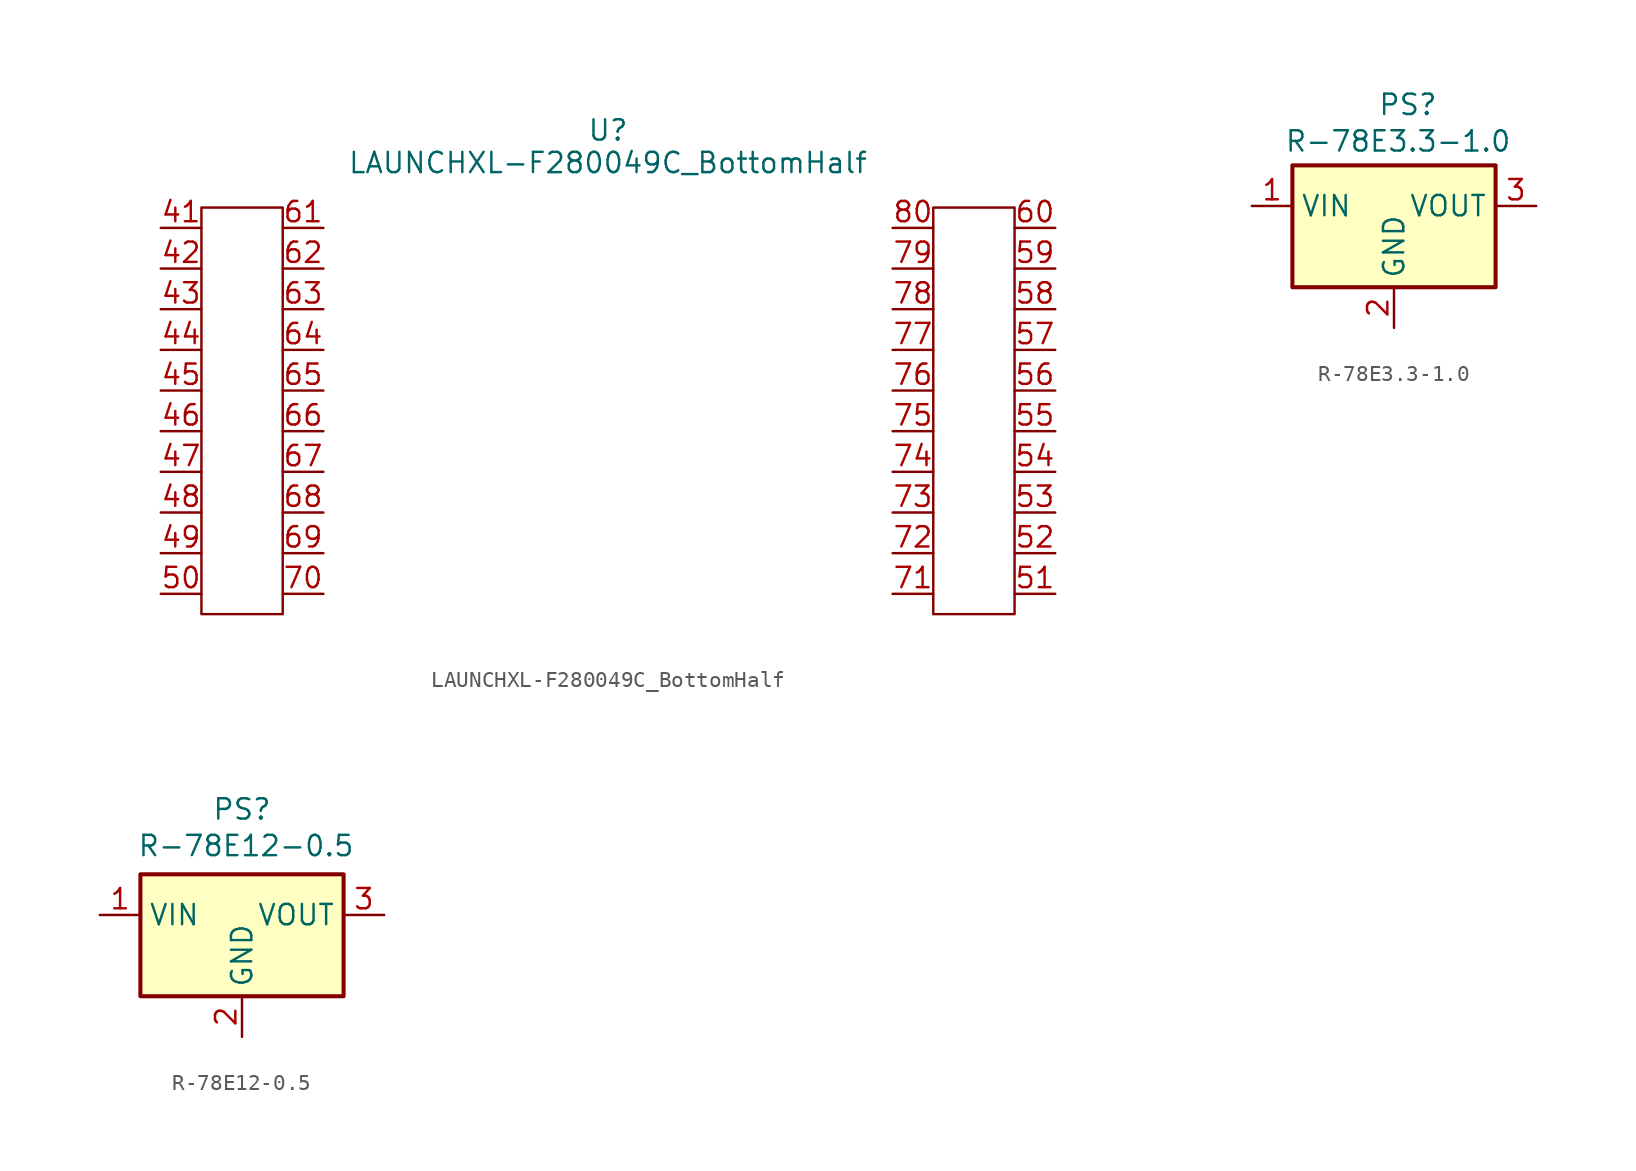
<source format=kicad_sym>
(kicad_symbol_lib
  (version 20241209)
  (generator "kicad_symbol_editor")
  (generator_version "9.0")
  (symbol "LAUNCHXL-F280049C_BottomHalf"
    (property "Reference" "U"
      (at 0 17.526 0)
      (effects (font (size 1.27 1.27))))
    (property "Value" "LAUNCHXL-F280049C_BottomHalf"
      (at 0 15.494 0)
      (effects (font (size 1.27 1.27))))
    (symbol "LAUNCHXL-F280049C_BottomHalf_0_1"
      (rectangle (start -25.4 12.7) (end -20.32 -12.7) (stroke (width 0) (type default)) (fill (type none)))
      (rectangle (start 20.32 12.7) (end 25.4 -12.7) (stroke (width 0) (type default)) (fill (type none))))
    (symbol "LAUNCHXL-F280049C_BottomHalf_1_1"
      (pin bidirectional line (at -27.94 11.43 0) (length 2.54) (name "" (effects (font (size 1.27 1.27)))) (number "41" (effects (font (size 1.27 1.27)))))
      (pin bidirectional line (at -27.94 8.89 0) (length 2.54) (name "" (effects (font (size 1.27 1.27)))) (number "42" (effects (font (size 1.27 1.27)))))
      (pin bidirectional line (at -27.94 6.35 0) (length 2.54) (name "" (effects (font (size 1.27 1.27)))) (number "43" (effects (font (size 1.27 1.27)))))
      (pin bidirectional line (at -27.94 3.81 0) (length 2.54) (name "" (effects (font (size 1.27 1.27)))) (number "44" (effects (font (size 1.27 1.27)))))
      (pin bidirectional line (at -27.94 1.27 0) (length 2.54) (name "" (effects (font (size 1.27 1.27)))) (number "45" (effects (font (size 1.27 1.27)))))
      (pin bidirectional line (at -27.94 -1.27 0) (length 2.54) (name "" (effects (font (size 1.27 1.27)))) (number "46" (effects (font (size 1.27 1.27)))))
      (pin bidirectional line (at -27.94 -3.81 0) (length 2.54) (name "" (effects (font (size 1.27 1.27)))) (number "47" (effects (font (size 1.27 1.27)))))
      (pin bidirectional line (at -27.94 -6.35 0) (length 2.54) (name "" (effects (font (size 1.27 1.27)))) (number "48" (effects (font (size 1.27 1.27)))))
      (pin bidirectional line (at -27.94 -8.89 0) (length 2.54) (name "" (effects (font (size 1.27 1.27)))) (number "49" (effects (font (size 1.27 1.27)))))
      (pin bidirectional line (at -27.94 -11.43 0) (length 2.54) (name "" (effects (font (size 1.27 1.27)))) (number "50" (effects (font (size 1.27 1.27)))))
      (pin bidirectional line (at -17.78 11.43 180) (length 2.54) (name "" (effects (font (size 1.27 1.27)))) (number "61" (effects (font (size 1.27 1.27)))))
      (pin bidirectional line (at -17.78 8.89 180) (length 2.54) (name "" (effects (font (size 1.27 1.27)))) (number "62" (effects (font (size 1.27 1.27)))))
      (pin bidirectional line (at -17.78 6.35 180) (length 2.54) (name "" (effects (font (size 1.27 1.27)))) (number "63" (effects (font (size 1.27 1.27)))))
      (pin bidirectional line (at -17.78 3.81 180) (length 2.54) (name "" (effects (font (size 1.27 1.27)))) (number "64" (effects (font (size 1.27 1.27)))))
      (pin bidirectional line (at -17.78 1.27 180) (length 2.54) (name "" (effects (font (size 1.27 1.27)))) (number "65" (effects (font (size 1.27 1.27)))))
      (pin bidirectional line (at -17.78 -1.27 180) (length 2.54) (name "" (effects (font (size 1.27 1.27)))) (number "66" (effects (font (size 1.27 1.27)))))
      (pin bidirectional line (at -17.78 -3.81 180) (length 2.54) (name "" (effects (font (size 1.27 1.27)))) (number "67" (effects (font (size 1.27 1.27)))))
      (pin bidirectional line (at -17.78 -6.35 180) (length 2.54) (name "" (effects (font (size 1.27 1.27)))) (number "68" (effects (font (size 1.27 1.27)))))
      (pin bidirectional line (at -17.78 -8.89 180) (length 2.54) (name "" (effects (font (size 1.27 1.27)))) (number "69" (effects (font (size 1.27 1.27)))))
      (pin bidirectional line (at -17.78 -11.43 180) (length 2.54) (name "" (effects (font (size 1.27 1.27)))) (number "70" (effects (font (size 1.27 1.27)))))
      (pin bidirectional line (at 17.78 11.43 0) (length 2.54) (name "" (effects (font (size 1.27 1.27)))) (number "80" (effects (font (size 1.27 1.27)))))
      (pin bidirectional line (at 17.78 8.89 0) (length 2.54) (name "" (effects (font (size 1.27 1.27)))) (number "79" (effects (font (size 1.27 1.27)))))
      (pin bidirectional line (at 17.78 6.35 0) (length 2.54) (name "" (effects (font (size 1.27 1.27)))) (number "78" (effects (font (size 1.27 1.27)))))
      (pin bidirectional line (at 17.78 3.81 0) (length 2.54) (name "" (effects (font (size 1.27 1.27)))) (number "77" (effects (font (size 1.27 1.27)))))
      (pin bidirectional line (at 17.78 1.27 0) (length 2.54) (name "" (effects (font (size 1.27 1.27)))) (number "76" (effects (font (size 1.27 1.27)))))
      (pin bidirectional line (at 17.78 -1.27 0) (length 2.54) (name "" (effects (font (size 1.27 1.27)))) (number "75" (effects (font (size 1.27 1.27)))))
      (pin bidirectional line (at 17.78 -3.81 0) (length 2.54) (name "" (effects (font (size 1.27 1.27)))) (number "74" (effects (font (size 1.27 1.27)))))
      (pin bidirectional line (at 17.78 -6.35 0) (length 2.54) (name "" (effects (font (size 1.27 1.27)))) (number "73" (effects (font (size 1.27 1.27)))))
      (pin bidirectional line (at 17.78 -8.89 0) (length 2.54) (name "" (effects (font (size 1.27 1.27)))) (number "72" (effects (font (size 1.27 1.27)))))
      (pin bidirectional line (at 17.78 -11.43 0) (length 2.54) (name "" (effects (font (size 1.27 1.27)))) (number "71" (effects (font (size 1.27 1.27)))))
      (pin bidirectional line (at 27.94 11.43 180) (length 2.54) (name "" (effects (font (size 1.27 1.27)))) (number "60" (effects (font (size 1.27 1.27)))))
      (pin bidirectional line (at 27.94 8.89 180) (length 2.54) (name "" (effects (font (size 1.27 1.27)))) (number "59" (effects (font (size 1.27 1.27)))))
      (pin bidirectional line (at 27.94 6.35 180) (length 2.54) (name "" (effects (font (size 1.27 1.27)))) (number "58" (effects (font (size 1.27 1.27)))))
      (pin bidirectional line (at 27.94 3.81 180) (length 2.54) (name "" (effects (font (size 1.27 1.27)))) (number "57" (effects (font (size 1.27 1.27)))))
      (pin bidirectional line (at 27.94 1.27 180) (length 2.54) (name "" (effects (font (size 1.27 1.27)))) (number "56" (effects (font (size 1.27 1.27)))))
      (pin bidirectional line (at 27.94 -1.27 180) (length 2.54) (name "" (effects (font (size 1.27 1.27)))) (number "55" (effects (font (size 1.27 1.27)))))
      (pin bidirectional line (at 27.94 -3.81 180) (length 2.54) (name "" (effects (font (size 1.27 1.27)))) (number "54" (effects (font (size 1.27 1.27)))))
      (pin bidirectional line (at 27.94 -6.35 180) (length 2.54) (name "" (effects (font (size 1.27 1.27)))) (number "53" (effects (font (size 1.27 1.27)))))
      (pin bidirectional line (at 27.94 -8.89 180) (length 2.54) (name "" (effects (font (size 1.27 1.27)))) (number "52" (effects (font (size 1.27 1.27)))))
      (pin bidirectional line (at 27.94 -11.43 180) (length 2.54) (name "" (effects (font (size 1.27 1.27)))) (number "51" (effects (font (size 1.27 1.27)))))))
  (symbol "R-78E3.3-1.0"
    (property "Reference" "PS"
      (at -1.016 6.858 0)
      (effects (font (size 1.27 1.27)) (justify left bottom)))
    (property "Value" "R-78E3.3-1.0"
      (at -6.858 4.572 0)
      (effects (font (size 1.27 1.27)) (justify left bottom)))
    (symbol "R-78E3.3-1.0_0_0"
      (rectangle (start -6.35 3.81) (end 6.35 -3.81) (stroke (width 0.254) (type default)) (fill (type background))))
    (symbol "R-78E3.3-1.0_1_0"
      (pin input line (at -8.89 1.27 0) (length 2.54) (name "VIN" (effects (font (size 1.27 1.27)))) (number "1" (effects (font (size 1.27 1.27)))))
      (pin power_in line (at 0 -6.35 90) (length 2.54) (name "GND" (effects (font (size 1.27 1.27)))) (number "2" (effects (font (size 1.27 1.27)))))
      (pin output line (at 8.89 1.27 180) (length 2.54) (name "VOUT" (effects (font (size 1.27 1.27)))) (number "3" (effects (font (size 1.27 1.27)))))))
  (symbol "R-78E12-0.5"
    (property "Reference" "PS"
      (at 0 7.874 0)
      (effects (font (size 1.27 1.27))))
    (property "Value" "R-78E12-0.5"
      (at 0.254 5.588 0)
      (effects (font (size 1.27 1.27))))
    (symbol "R-78E12-0.5_0_0"
      (rectangle (start -6.35 3.81) (end 6.35 -3.81) (stroke (width 0.254) (type default)) (fill (type background))))
    (symbol "R-78E12-0.5_1_0"
      (pin input line (at -8.89 1.27 0) (length 2.54) (name "VIN" (effects (font (size 1.27 1.27)))) (number "1" (effects (font (size 1.27 1.27)))))
      (pin power_in line (at 0 -6.35 90) (length 2.54) (name "GND" (effects (font (size 1.27 1.27)))) (number "2" (effects (font (size 1.27 1.27)))))
      (pin output line (at 8.89 1.27 180) (length 2.54) (name "VOUT" (effects (font (size 1.27 1.27)))) (number "3" (effects (font (size 1.27 1.27))))))))
</source>
